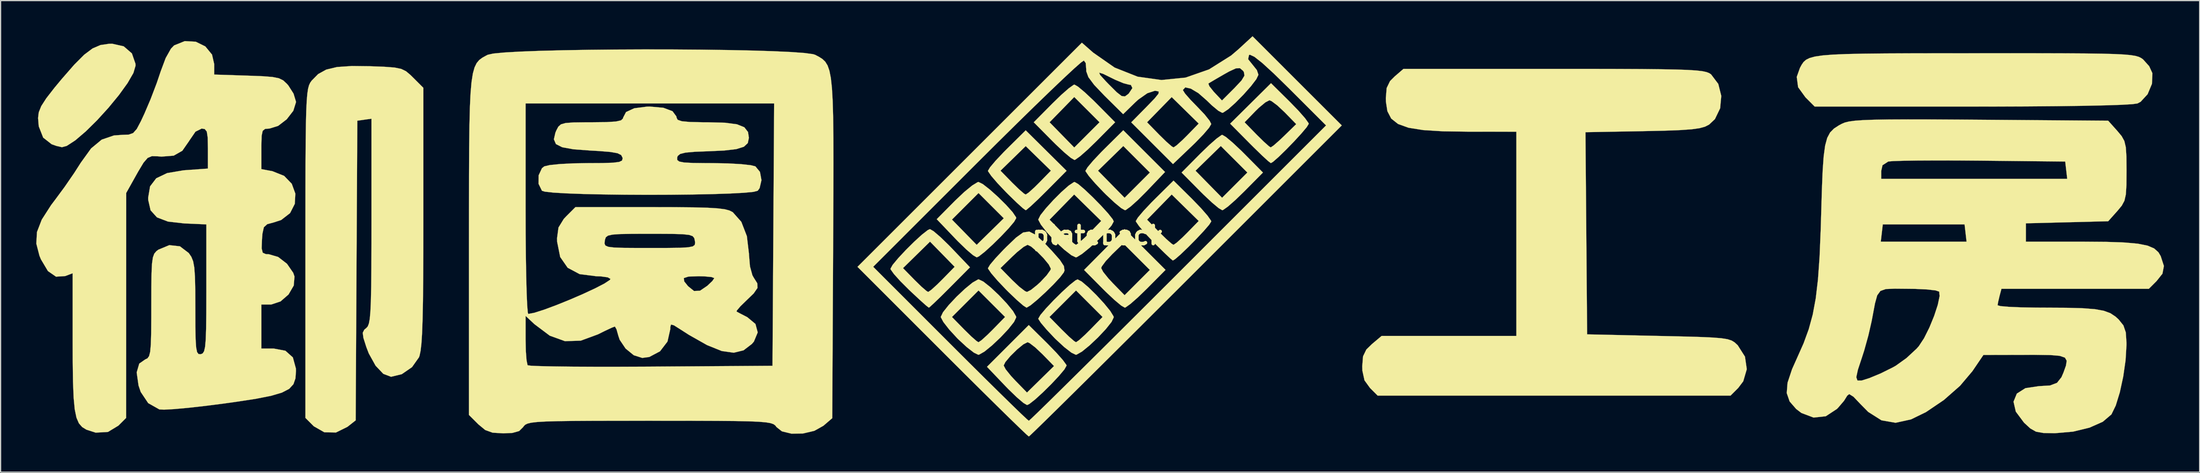
<source format=kicad_pcb>
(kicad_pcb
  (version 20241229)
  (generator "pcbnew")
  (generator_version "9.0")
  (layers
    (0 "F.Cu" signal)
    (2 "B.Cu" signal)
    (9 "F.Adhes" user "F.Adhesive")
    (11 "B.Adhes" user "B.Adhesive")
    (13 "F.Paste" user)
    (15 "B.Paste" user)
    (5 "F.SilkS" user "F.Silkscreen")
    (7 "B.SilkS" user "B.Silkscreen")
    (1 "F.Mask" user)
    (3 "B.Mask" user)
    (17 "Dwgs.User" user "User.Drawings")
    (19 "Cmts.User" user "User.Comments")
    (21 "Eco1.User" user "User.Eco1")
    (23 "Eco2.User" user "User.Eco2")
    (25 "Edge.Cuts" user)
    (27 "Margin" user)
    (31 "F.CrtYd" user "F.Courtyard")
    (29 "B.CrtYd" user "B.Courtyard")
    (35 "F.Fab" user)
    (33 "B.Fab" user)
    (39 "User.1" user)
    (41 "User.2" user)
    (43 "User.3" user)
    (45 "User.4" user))
  (footprint "plateback"
    (layer "F.Cu")
    (at 89.317 16.771)
    (property "Reference" "plateback" (at 0 0 0) (layer "F.SilkS") (effects (font (size 1.524 1.524) (thickness 0.3))))
    (attr through_hole)
    (fp_poly (pts (xy 5.678 2.905) (xy 4.104 4.495) (xy 3.353 5.222) (xy 2.723 5.774) (xy 2.318 6.063) (xy 2.249 6.085) (xy 1.945 5.908) (xy 1.381 5.437) (xy 0.661 4.761) (xy 0.397 4.498) (xy -1.175 2.91) (xy -1.019 2.753) (xy 0.265 2.753) (xy 0.436 3.079) (xy 0.877 3.628) (xy 1.249 4.028) (xy 2.233 5.036) (xy 3.295 3.973) (xy 4.358 2.91) (xy 2.127 0.68) (xy 1.196 1.582) (xy 0.653 2.16) (xy 0.317 2.614) (xy 0.265 2.753) (xy -1.019 2.753) (xy 0.532 1.188) (xy 2.239 -0.534) (xy 5.678 2.905)) (stroke (width 0.01) (type solid)) (fill yes) (layer "F.SilkS"))
    (fp_poly (pts (xy -81.961 -15.921) (xy -81.272 -15.326) (xy -80.969 -14.449) (xy -80.963 -14.29) (xy -81.144 -13.676) (xy -81.637 -12.822) (xy -82.362 -11.817) (xy -83.243 -10.746) (xy -84.2 -9.695) (xy -85.155 -8.753) (xy -86.03 -8.005) (xy -86.747 -7.538) (xy -87.153 -7.425) (xy -87.616 -7.531) (xy -88.023 -7.675) (xy -88.735 -8.233) (xy -89.108 -9.184) (xy -89.165 -9.884) (xy -89.107 -10.366) (xy -88.897 -10.888) (xy -88.475 -11.545) (xy -87.786 -12.432) (xy -87.173 -13.17) (xy -86.122 -14.375) (xy -85.288 -15.212) (xy -84.582 -15.742) (xy -83.915 -16.029) (xy -83.197 -16.134) (xy -82.934 -16.14) (xy -81.961 -15.921)) (stroke (width 0.01) (type solid)) (fill yes) (layer "F.SilkS"))
    (fp_poly (pts (xy -1.681 -12.523) (xy -1.117 -12.052) (xy -0.396 -11.375) (xy -0.132 -11.112) (xy 1.439 -9.525) (xy -0.132 -7.937) (xy -0.882 -7.211) (xy -1.511 -6.66) (xy -1.916 -6.372) (xy -1.984 -6.35) (xy -2.288 -6.527) (xy -2.852 -6.998) (xy -3.572 -7.675) (xy -3.836 -7.937) (xy -5.407 -9.525) (xy -4.076 -9.525) (xy -3.038 -8.462) (xy -2.001 -7.4) (xy -0.938 -8.462) (xy 0.125 -9.525) (xy -0.938 -10.588) (xy -2.001 -11.65) (xy -4.076 -9.525) (xy -5.407 -9.525) (xy -3.836 -11.112) (xy -3.087 -11.839) (xy -2.457 -12.39) (xy -2.053 -12.678) (xy -1.984 -12.7) (xy -1.681 -12.523)) (stroke (width 0.01) (type solid)) (fill yes) (layer "F.SilkS"))
    (fp_poly (pts (xy 3.88 -7.095) (xy 5.638 -5.338) (xy 4.101 -3.727) (xy 3.364 -2.989) (xy 2.741 -2.429) (xy 2.336 -2.138) (xy 2.267 -2.117) (xy 1.952 -2.294) (xy 1.382 -2.764) (xy 0.665 -3.436) (xy 0.455 -3.646) (xy -0.249 -4.388) (xy -0.779 -5.004) (xy -1.044 -5.388) (xy -1.058 -5.44) (xy -1.054 -5.446) (xy -0.002 -5.446) (xy 1.116 -4.307) (xy 2.234 -3.168) (xy 4.358 -5.292) (xy 2.125 -7.524) (xy 1.061 -6.485) (xy -0.002 -5.446) (xy -1.054 -5.446) (xy -0.882 -5.736) (xy -0.411 -6.294) (xy 0.265 -7.011) (xy 0.532 -7.279) (xy 2.123 -8.853) (xy 3.88 -7.095)) (stroke (width 0.01) (type solid)) (fill yes) (layer "F.SilkS"))
    (fp_poly (pts (xy 10.755 -8.29) (xy 11.319 -7.818) (xy 12.039 -7.142) (xy 12.303 -6.879) (xy 13.874 -5.292) (xy 12.303 -3.704) (xy 11.553 -2.978) (xy 10.924 -2.426) (xy 10.519 -2.139) (xy 10.451 -2.117) (xy 10.147 -2.294) (xy 9.583 -2.765) (xy 8.863 -3.441) (xy 8.599 -3.704) (xy 7.028 -5.292) (xy 7.181 -5.446) (xy 8.2 -5.446) (xy 10.436 -3.168) (xy 11.498 -4.23) (xy 12.56 -5.292) (xy 11.444 -6.408) (xy 10.327 -7.524) (xy 8.2 -5.446) (xy 7.181 -5.446) (xy 8.599 -6.879) (xy 9.349 -7.605) (xy 9.978 -8.157) (xy 10.383 -8.445) (xy 10.451 -8.467) (xy 10.755 -8.29)) (stroke (width 0.01) (type solid)) (fill yes) (layer "F.SilkS"))
    (fp_poly (pts (xy -9.691 -4.319) (xy -9.104 -3.861) (xy -8.41 -3.238) (xy -7.731 -2.565) (xy -7.187 -1.958) (xy -6.898 -1.532) (xy -6.879 -1.455) (xy -7.06 -1.139) (xy -7.526 -0.587) (xy -8.168 0.091) (xy -8.871 0.783) (xy -9.525 1.378) (xy -10.018 1.765) (xy -10.204 1.852) (xy -10.513 1.672) (xy -11.075 1.192) (xy -11.785 0.504) (xy -12.036 0.244) (xy -13.539 -1.332) (xy -12.287 -1.332) (xy -11.248 -0.268) (xy -10.209 0.796) (xy -7.93 -1.44) (xy -8.992 -2.502) (xy -10.054 -3.564) (xy -12.287 -1.332) (xy -13.539 -1.332) (xy -13.57 -1.363) (xy -12.019 -2.931) (xy -11.255 -3.655) (xy -10.588 -4.202) (xy -10.133 -4.48) (xy -10.053 -4.498) (xy -9.691 -4.319)) (stroke (width 0.01) (type solid)) (fill yes) (layer "F.SilkS"))
    (fp_poly (pts (xy -2.645 -5.439) (xy -4.292 -3.778) (xy -5.042 -3.037) (xy -5.649 -2.466) (xy -6.021 -2.152) (xy -6.086 -2.117) (xy -6.328 -2.292) (xy -6.841 -2.757) (xy -7.526 -3.424) (xy -7.747 -3.646) (xy -8.451 -4.388) (xy -8.981 -5.004) (xy -9.246 -5.388) (xy -9.26 -5.44) (xy -9.256 -5.448) (xy -8.203 -5.448) (xy -7.223 -4.444) (xy -6.646 -3.881) (xy -6.221 -3.516) (xy -6.085 -3.44) (xy -5.828 -3.613) (xy -5.335 -4.059) (xy -4.948 -4.444) (xy -3.967 -5.448) (xy -5.026 -6.482) (xy -6.085 -7.516) (xy -7.144 -6.482) (xy -8.203 -5.448) (xy -9.256 -5.448) (xy -9.084 -5.736) (xy -8.613 -6.294) (xy -7.937 -7.011) (xy -7.673 -7.276) (xy -6.085 -8.848) (xy -2.645 -5.439)) (stroke (width 0.01) (type solid)) (fill yes) (layer "F.SilkS"))
    (fp_poly (pts (xy -4.236 9.125) (xy -3.51 9.874) (xy -2.957 10.499) (xy -2.668 10.897) (xy -2.646 10.964) (xy -2.826 11.285) (xy -3.293 11.842) (xy -3.934 12.525) (xy -4.638 13.22) (xy -5.292 13.817) (xy -5.785 14.202) (xy -5.971 14.287) (xy -6.28 14.107) (xy -6.841 13.627) (xy -7.552 12.939) (xy -7.806 12.677) (xy -9.342 11.066) (xy -9.23 10.955) (xy -7.938 10.955) (xy -7.766 11.282) (xy -7.325 11.83) (xy -6.957 12.227) (xy -5.976 13.232) (xy -4.84 12.117) (xy -3.704 11.002) (xy -4.684 9.999) (xy -5.282 9.434) (xy -5.757 9.07) (xy -5.928 8.996) (xy -6.284 9.175) (xy -6.816 9.614) (xy -7.371 10.16) (xy -7.795 10.666) (xy -7.938 10.955) (xy -9.23 10.955) (xy -7.584 9.309) (xy -5.827 7.551) (xy -4.236 9.125)) (stroke (width 0.01) (type solid)) (fill yes) (layer "F.SilkS"))
    (fp_poly (pts (xy 16.139 -11.245) (xy 16.865 -10.495) (xy 17.417 -9.866) (xy 17.705 -9.461) (xy 17.727 -9.393) (xy 17.553 -9.109) (xy 17.104 -8.576) (xy 16.488 -7.906) (xy 15.813 -7.21) (xy 15.188 -6.602) (xy 14.72 -6.193) (xy 14.537 -6.085) (xy 14.304 -6.261) (xy 13.794 -6.729) (xy 13.099 -7.406) (xy 12.758 -7.746) (xy 11.112 -9.407) (xy 11.229 -9.523) (xy 12.33 -9.523) (xy 13.362 -8.466) (xy 13.95 -7.887) (xy 14.381 -7.503) (xy 14.528 -7.408) (xy 14.777 -7.578) (xy 15.27 -8.012) (xy 15.666 -8.389) (xy 16.67 -9.369) (xy 15.69 -10.373) (xy 15.085 -10.94) (xy 14.599 -11.304) (xy 14.418 -11.377) (xy 14.076 -11.201) (xy 13.537 -10.752) (xy 13.228 -10.45) (xy 12.33 -9.523) (xy 11.229 -9.523) (xy 14.551 -12.816) (xy 16.139 -11.245)) (stroke (width 0.01) (type solid)) (fill yes) (layer "F.SilkS"))
    (fp_poly (pts (xy 7.938 -3.043) (xy 8.664 -2.29) (xy 9.216 -1.656) (xy 9.503 -1.244) (xy 9.525 -1.173) (xy 9.35 -0.897) (xy 8.897 -0.372) (xy 8.276 0.291) (xy 7.594 0.982) (xy 6.962 1.589) (xy 6.487 2.001) (xy 6.295 2.117) (xy 6.079 1.942) (xy 5.587 1.478) (xy 4.913 0.814) (xy 4.688 0.588) (xy 3.984 -0.154) (xy 3.455 -0.771) (xy 3.19 -1.155) (xy 3.175 -1.207) (xy 3.244 -1.323) (xy 4.126 -1.323) (xy 5.159 -0.265) (xy 5.751 0.315) (xy 6.193 0.7) (xy 6.35 0.794) (xy 6.608 0.62) (xy 7.1 0.174) (xy 7.487 -0.21) (xy 8.467 -1.213) (xy 6.195 -3.442) (xy 5.161 -2.382) (xy 4.126 -1.323) (xy 3.244 -1.323) (xy 3.352 -1.503) (xy 3.823 -2.061) (xy 4.498 -2.778) (xy 4.763 -3.043) (xy 6.35 -4.614) (xy 7.938 -3.043)) (stroke (width 0.01) (type solid)) (fill yes) (layer "F.SilkS"))
    (fp_poly (pts (xy -13.829 -0.349) (xy -13.267 0.131) (xy -12.557 0.819) (xy -12.305 1.079) (xy -10.771 2.687) (xy -12.456 4.386) (xy -13.208 5.135) (xy -13.809 5.715) (xy -14.17 6.043) (xy -14.233 6.085) (xy -14.454 5.916) (xy -14.959 5.465) (xy -15.653 4.819) (xy -15.895 4.59) (xy -16.622 3.864) (xy -17.17 3.255) (xy -17.446 2.868) (xy -17.462 2.812) (xy -17.432 2.756) (xy -16.404 2.756) (xy -15.424 3.759) (xy -14.848 4.322) (xy -14.422 4.686) (xy -14.287 4.763) (xy -14.031 4.588) (xy -13.536 4.139) (xy -13.097 3.704) (xy -12.063 2.646) (xy -13.098 1.586) (xy -14.133 0.527) (xy -15.268 1.641) (xy -16.404 2.756) (xy -17.432 2.756) (xy -17.282 2.485) (xy -16.816 1.923) (xy -16.175 1.236) (xy -15.471 0.537) (xy -14.817 -0.061) (xy -14.323 -0.446) (xy -14.138 -0.529) (xy -13.829 -0.349)) (stroke (width 0.01) (type solid)) (fill yes) (layer "F.SilkS"))
    (fp_poly (pts (xy -1.368 3.891) (xy -0.803 4.372) (xy -0.138 5.025) (xy 0.511 5.731) (xy 1.031 6.368) (xy 1.305 6.816) (xy 1.323 6.897) (xy 1.136 7.29) (xy 0.655 7.894) (xy 0.001 8.59) (xy -0.708 9.26) (xy -1.35 9.784) (xy -1.805 10.044) (xy -1.869 10.054) (xy -2.239 9.876) (xy -2.844 9.406) (xy -3.562 8.742) (xy -3.647 8.657) (xy -4.316 7.948) (xy -4.806 7.369) (xy -5.024 7.032) (xy -5.027 7.011) (xy -4.946 6.871) (xy -4.085 6.871) (xy -3.047 7.933) (xy -2.454 8.514) (xy -2.01 8.9) (xy -1.852 8.996) (xy -1.596 8.822) (xy -1.1 8.372) (xy -0.657 7.933) (xy 0.38 6.871) (xy -1.852 4.638) (xy -4.085 6.871) (xy -4.946 6.871) (xy -4.847 6.699) (xy -4.383 6.149) (xy -3.744 5.472) (xy -3.044 4.779) (xy -2.394 4.182) (xy -1.905 3.793) (xy -1.719 3.704) (xy -1.368 3.891)) (stroke (width 0.01) (type solid)) (fill yes) (layer "F.SilkS"))
    (fp_poly (pts (xy -9.644 3.891) (xy -9.04 4.372) (xy -8.343 5.026) (xy -7.674 5.735) (xy -7.149 6.377) (xy -6.889 6.832) (xy -6.879 6.897) (xy -7.066 7.29) (xy -7.547 7.894) (xy -8.201 8.59) (xy -8.91 9.26) (xy -9.552 9.784) (xy -10.007 10.044) (xy -10.072 10.054) (xy -10.441 9.876) (xy -11.046 9.406) (xy -11.764 8.742) (xy -11.849 8.657) (xy -12.521 7.925) (xy -13.013 7.294) (xy -13.227 6.888) (xy -13.228 6.871) (xy -12.287 6.871) (xy -11.249 7.933) (xy -10.656 8.514) (xy -10.212 8.9) (xy -10.054 8.996) (xy -9.798 8.822) (xy -9.302 8.372) (xy -8.859 7.933) (xy -7.822 6.871) (xy -10.054 4.638) (xy -11.17 5.754) (xy -12.287 6.871) (xy -13.228 6.871) (xy -13.229 6.862) (xy -13.042 6.469) (xy -12.561 5.865) (xy -11.907 5.168) (xy -11.199 4.499) (xy -10.557 3.974) (xy -10.101 3.714) (xy -10.037 3.704) (xy -9.644 3.891)) (stroke (width 0.01) (type solid)) (fill yes) (layer "F.SilkS"))
    (fp_poly (pts (xy -1.658 -4.317) (xy -1.111 -3.851) (xy -0.437 -3.209) (xy 0.252 -2.506) (xy 0.846 -1.853) (xy 1.234 -1.361) (xy 1.323 -1.174) (xy 1.136 -0.829) (xy 0.656 -0.269) (xy 0.002 0.391) (xy -0.703 1.038) (xy -1.34 1.557) (xy -1.787 1.834) (xy -1.869 1.852) (xy -2.239 1.674) (xy -2.844 1.204) (xy -3.562 0.54) (xy -3.647 0.455) (xy -4.319 -0.277) (xy -4.81 -0.908) (xy -5.025 -1.314) (xy -5.025 -1.323) (xy -4.076 -1.323) (xy -3.043 -0.265) (xy -2.451 0.315) (xy -2.009 0.7) (xy -1.852 0.794) (xy -1.594 0.62) (xy -1.102 0.174) (xy -0.715 -0.21) (xy 0.264 -1.213) (xy -0.871 -2.327) (xy -2.007 -3.442) (xy -3.042 -2.382) (xy -4.076 -1.323) (xy -5.025 -1.323) (xy -5.027 -1.34) (xy -4.848 -1.701) (xy -4.386 -2.286) (xy -3.759 -2.976) (xy -3.083 -3.652) (xy -2.472 -4.193) (xy -2.044 -4.479) (xy -1.968 -4.498) (xy -1.658 -4.317)) (stroke (width 0.01) (type solid)) (fill yes) (layer "F.SilkS"))
    (fp_poly (pts (xy 79.281 -15.337) (xy 81.381 -15.331) (xy 83.087 -15.32) (xy 84.443 -15.301) (xy 85.494 -15.272) (xy 86.285 -15.233) (xy 86.862 -15.181) (xy 87.268 -15.115) (xy 87.548 -15.034) (xy 87.748 -14.935) (xy 87.906 -14.823) (xy 88.424 -14.246) (xy 88.695 -13.654) (xy 88.656 -12.76) (xy 88.291 -11.888) (xy 87.702 -11.249) (xy 87.439 -11.11) (xy 87.011 -11.049) (xy 86.085 -10.995) (xy 84.693 -10.949) (xy 82.868 -10.91) (xy 80.64 -10.88) (xy 78.043 -10.86) (xy 75.106 -10.849) (xy 73.517 -10.848) (xy 60.284 -10.848) (xy 59.511 -11.621) (xy 58.889 -12.479) (xy 58.775 -13.345) (xy 59.045 -14.106) (xy 59.191 -14.375) (xy 59.347 -14.601) (xy 59.557 -14.788) (xy 59.865 -14.94) (xy 60.315 -15.061) (xy 60.95 -15.154) (xy 61.816 -15.223) (xy 62.954 -15.271) (xy 64.41 -15.303) (xy 66.228 -15.322) (xy 68.45 -15.332) (xy 71.121 -15.336) (xy 73.717 -15.337) (xy 76.741 -15.339) (xy 79.281 -15.337)) (stroke (width 0.01) (type solid)) (fill yes) (layer "F.SilkS"))
    (fp_poly (pts (xy -5.244 -0.046) (xy -4.544 0.603) (xy -3.882 1.302) (xy -3.208 2.066) (xy -2.872 2.581) (xy -2.818 2.953) (xy -2.88 3.119) (xy -3.194 3.533) (xy -3.748 4.129) (xy -4.424 4.794) (xy -5.104 5.416) (xy -5.67 5.884) (xy -6.003 6.084) (xy -6.016 6.085) (xy -6.292 5.909) (xy -6.831 5.442) (xy -7.531 4.773) (xy -7.747 4.556) (xy -8.451 3.815) (xy -8.981 3.198) (xy -9.246 2.814) (xy -9.26 2.762) (xy -9.256 2.754) (xy -8.203 2.754) (xy -7.223 3.758) (xy -6.624 4.324) (xy -6.15 4.688) (xy -5.978 4.763) (xy -5.644 4.592) (xy -5.105 4.161) (xy -4.841 3.917) (xy -4.318 3.356) (xy -4.006 2.919) (xy -3.969 2.805) (xy -4.148 2.448) (xy -4.586 1.915) (xy -5.133 1.36) (xy -5.639 0.936) (xy -5.928 0.794) (xy -6.255 0.966) (xy -6.803 1.406) (xy -7.199 1.774) (xy -8.203 2.754) (xy -9.256 2.754) (xy -9.084 2.465) (xy -8.614 1.907) (xy -7.941 1.194) (xy -7.705 0.958) (xy -6.902 0.188) (xy -6.303 -0.243) (xy -5.791 -0.325) (xy -5.244 -0.046)) (stroke (width 0.01) (type solid)) (fill yes) (layer "F.SilkS"))
    (fp_poly (pts (xy 41.281 -14.022) (xy 43.728 -14.017) (xy 45.738 -14.008) (xy 47.356 -13.991) (xy 48.629 -13.967) (xy 49.602 -13.933) (xy 50.32 -13.887) (xy 50.831 -13.828) (xy 51.179 -13.754) (xy 51.41 -13.665) (xy 51.568 -13.56) (xy 52.176 -12.754) (xy 52.428 -11.746) (xy 52.332 -10.702) (xy 51.893 -9.79) (xy 51.401 -9.328) (xy 51.067 -9.157) (xy 50.606 -9.028) (xy 49.937 -8.934) (xy 48.981 -8.866) (xy 47.657 -8.816) (xy 45.885 -8.777) (xy 45.848 -8.776) (xy 41.003 -8.689) (xy 41.143 8.334) (xy 47.157 8.467) (xy 49.089 8.51) (xy 50.563 8.551) (xy 51.651 8.598) (xy 52.422 8.658) (xy 52.948 8.741) (xy 53.3 8.855) (xy 53.549 9.008) (xy 53.766 9.209) (xy 53.817 9.26) (xy 54.421 10.21) (xy 54.574 11.266) (xy 54.276 12.286) (xy 53.855 12.844) (xy 53.205 13.494) (xy 23.524 13.494) (xy 22.874 12.844) (xy 22.414 12.207) (xy 22.236 11.394) (xy 22.225 11.016) (xy 22.292 10.183) (xy 22.568 9.612) (xy 23.039 9.152) (xy 23.853 8.467) (xy 35.19 8.467) (xy 35.19 -8.731) (xy 31.155 -8.733) (xy 29.022 -8.763) (xy 27.361 -8.866) (xy 26.117 -9.064) (xy 25.236 -9.381) (xy 24.661 -9.837) (xy 24.34 -10.456) (xy 24.216 -11.259) (xy 24.209 -11.56) (xy 24.28 -12.411) (xy 24.561 -12.992) (xy 24.952 -13.384) (xy 25.694 -14.023) (xy 38.35 -14.023) (xy 41.281 -14.022)) (stroke (width 0.01) (type solid)) (fill yes) (layer "F.SilkS"))
    (fp_poly (pts (xy -61.274 -14.246) (xy -60.025 -14.199) (xy -59.182 -14.135) (xy -58.62 -14.021) (xy -58.215 -13.824) (xy -57.844 -13.513) (xy -57.618 -13.29) (xy -56.753 -12.425) (xy -56.753 -1.516) (xy -56.756 1.308) (xy -56.767 3.649) (xy -56.787 5.553) (xy -56.818 7.066) (xy -56.86 8.234) (xy -56.915 9.102) (xy -56.986 9.718) (xy -57.072 10.126) (xy -57.121 10.265) (xy -57.707 11.094) (xy -58.569 11.688) (xy -59.472 11.906) (xy -60.123 11.659) (xy -60.772 10.975) (xy -61.344 9.944) (xy -61.553 9.402) (xy -61.797 8.634) (xy -61.854 8.2) (xy -61.725 7.942) (xy -61.555 7.801) (xy -61.434 7.668) (xy -61.338 7.428) (xy -61.263 7.027) (xy -61.208 6.411) (xy -61.168 5.524) (xy -61.142 4.312) (xy -61.127 2.722) (xy -61.12 0.699) (xy -61.119 -1.172) (xy -61.119 -9.826) (xy -61.714 -9.742) (xy -62.309 -9.657) (xy -62.378 2.959) (xy -62.447 15.576) (xy -63.141 16.122) (xy -64.105 16.598) (xy -65.083 16.581) (xy -65.967 16.076) (xy -66.026 16.019) (xy -66.675 15.37) (xy -66.675 1.503) (xy -66.674 -1.563) (xy -66.671 -4.143) (xy -66.665 -6.283) (xy -66.652 -8.027) (xy -66.633 -9.418) (xy -66.605 -10.501) (xy -66.566 -11.321) (xy -66.516 -11.921) (xy -66.453 -12.346) (xy -66.374 -12.64) (xy -66.279 -12.847) (xy -66.165 -13.012) (xy -66.155 -13.025) (xy -65.605 -13.584) (xy -64.926 -13.96) (xy -64.016 -14.178) (xy -62.776 -14.263) (xy -61.274 -14.246)) (stroke (width 0.01) (type solid)) (fill yes) (layer "F.SilkS"))
    (fp_poly (pts (xy -36.564 -10.746) (xy -35.795 -10.457) (xy -35.463 -10.009) (xy -35.454 -9.913) (xy -35.36 -9.731) (xy -35.019 -9.614) (xy -34.347 -9.55) (xy -33.258 -9.526) (xy -32.827 -9.525) (xy -31.373 -9.487) (xy -30.373 -9.356) (xy -29.753 -9.104) (xy -29.443 -8.705) (xy -29.369 -8.216) (xy -29.462 -7.773) (xy -29.791 -7.464) (xy -30.432 -7.263) (xy -31.461 -7.144) (xy -32.688 -7.088) (xy -33.908 -7.04) (xy -34.696 -6.971) (xy -35.146 -6.86) (xy -35.355 -6.69) (xy -35.404 -6.548) (xy -35.397 -6.35) (xy -35.229 -6.218) (xy -34.815 -6.138) (xy -34.07 -6.099) (xy -32.909 -6.086) (xy -32.413 -6.085) (xy -31.144 -6.063) (xy -30.034 -6.001) (xy -29.21 -5.91) (xy -28.822 -5.812) (xy -28.437 -5.345) (xy -28.311 -4.651) (xy -28.467 -3.979) (xy -28.628 -3.757) (xy -28.978 -3.665) (xy -29.781 -3.588) (xy -30.96 -3.525) (xy -32.437 -3.476) (xy -34.137 -3.442) (xy -35.982 -3.422) (xy -37.897 -3.416) (xy -39.803 -3.425) (xy -41.625 -3.448) (xy -43.287 -3.485) (xy -44.71 -3.537) (xy -45.819 -3.602) (xy -46.537 -3.683) (xy -46.778 -3.757) (xy -47.064 -4.343) (xy -47.057 -5.058) (xy -46.781 -5.653) (xy -46.584 -5.812) (xy -46.124 -5.921) (xy -45.263 -6.009) (xy -44.129 -6.067) (xy -42.993 -6.085) (xy -41.674 -6.092) (xy -40.799 -6.121) (xy -40.284 -6.186) (xy -40.043 -6.299) (xy -39.991 -6.474) (xy -40.002 -6.548) (xy -40.116 -6.768) (xy -40.424 -6.92) (xy -41.021 -7.025) (xy -42.001 -7.105) (xy -42.705 -7.144) (xy -44.124 -7.249) (xy -45.07 -7.42) (xy -45.602 -7.688) (xy -45.775 -8.089) (xy -45.646 -8.654) (xy -45.566 -8.843) (xy -45.402 -9.153) (xy -45.181 -9.351) (xy -44.793 -9.462) (xy -44.13 -9.512) (xy -43.085 -9.525) (xy -42.604 -9.525) (xy -41.363 -9.539) (xy -40.566 -9.588) (xy -40.127 -9.686) (xy -39.961 -9.845) (xy -39.952 -9.913) (xy -39.706 -10.386) (xy -39.012 -10.706) (xy -37.935 -10.844) (xy -37.703 -10.848) (xy -36.564 -10.746)) (stroke (width 0.01) (type solid)) (fill yes) (layer "F.SilkS"))
    (fp_poly (pts (xy 16.75 -13.013) (xy 20.503 -9.26) (xy 7.408 3.837) (xy 5.229 6.014) (xy 3.16 8.079) (xy 1.23 10) (xy -0.529 11.748) (xy -2.088 13.292) (xy -3.416 14.604) (xy -4.483 15.652) (xy -5.258 16.407) (xy -5.711 16.839) (xy -5.822 16.933) (xy -6.033 16.753) (xy -6.575 16.237) (xy -7.408 15.429) (xy -8.49 14.367) (xy -9.78 13.093) (xy -11.236 11.647) (xy -12.817 10.07) (xy -13.096 9.791) (xy -20.235 2.648) (xy -20.232 2.645) (xy -18.914 2.645) (xy -12.436 9.128) (xy -10.916 10.645) (xy -9.515 12.036) (xy -8.276 13.258) (xy -7.244 14.269) (xy -6.462 15.026) (xy -5.973 15.485) (xy -5.822 15.61) (xy -5.617 15.428) (xy -5.069 14.902) (xy -4.209 14.063) (xy -3.07 12.941) (xy -1.681 11.568) (xy -0.074 9.975) (xy 1.72 8.191) (xy 3.67 6.248) (xy 5.745 4.177) (xy 6.747 3.175) (xy 19.18 -9.26) (xy 16.078 -12.362) (xy 14.783 -13.63) (xy 13.815 -14.517) (xy 13.154 -15.038) (xy 12.778 -15.213) (xy 12.7 -15.187) (xy 12.626 -14.837) (xy 12.958 -14.425) (xy 13.361 -13.92) (xy 13.494 -13.527) (xy 13.316 -13.153) (xy 12.858 -12.554) (xy 12.235 -11.852) (xy 11.561 -11.168) (xy 10.952 -10.622) (xy 10.523 -10.336) (xy 10.448 -10.319) (xy 10.118 -10.495) (xy 9.57 -10.95) (xy 9.128 -11.377) (xy 8.438 -11.98) (xy 7.807 -12.356) (xy 7.341 -12.463) (xy 7.145 -12.253) (xy 7.144 -12.226) (xy 7.319 -11.945) (xy 7.776 -11.421) (xy 8.334 -10.848) (xy 8.957 -10.193) (xy 9.387 -9.653) (xy 9.525 -9.378) (xy 9.345 -9.068) (xy 8.865 -8.505) (xy 8.176 -7.794) (xy 7.914 -7.54) (xy 6.304 -6.004) (xy 4.547 -7.761) (xy 2.791 -9.517) (xy 2.798 -9.525) (xy 4.126 -9.525) (xy 5.159 -8.467) (xy 5.751 -7.887) (xy 6.193 -7.502) (xy 6.35 -7.408) (xy 6.608 -7.582) (xy 7.1 -8.028) (xy 7.487 -8.412) (xy 8.467 -9.415) (xy 7.331 -10.53) (xy 6.195 -11.644) (xy 5.161 -10.585) (xy 4.126 -9.525) (xy 2.798 -9.525) (xy 4.097 -10.844) (xy 4.761 -11.532) (xy 5.083 -11.931) (xy 5.104 -12.117) (xy 4.864 -12.169) (xy 4.764 -12.171) (xy 4.15 -11.971) (xy 3.389 -11.437) (xy 3.118 -11.189) (xy 2.112 -10.207) (xy 0.526 -11.777) (xy -0.324 -12.67) (xy -0.812 -13.324) (xy -0.95 -13.704) (xy 0.096 -13.704) (xy 0.177 -13.505) (xy 0.657 -12.977) (xy 0.926 -12.7) (xy 1.577 -12.052) (xy 1.983 -11.736) (xy 2.26 -11.701) (xy 2.528 -11.895) (xy 2.593 -11.959) (xy 2.889 -12.406) (xy 2.763 -12.668) (xy 2.569 -12.7) (xy 2.248 -12.784) (xy 9.281 -12.784) (xy 9.367 -12.558) (xy 9.72 -12.114) (xy 9.798 -12.029) (xy 10.427 -11.36) (xy 11.477 -12.411) (xy 12.068 -13.042) (xy 12.314 -13.449) (xy 12.273 -13.75) (xy 12.189 -13.869) (xy 11.939 -14.078) (xy 11.607 -14.068) (xy 11.049 -13.813) (xy 10.621 -13.574) (xy 9.915 -13.165) (xy 9.419 -12.872) (xy 9.281 -12.784) (xy 2.248 -12.784) (xy 2.136 -12.814) (xy 1.458 -13.098) (xy 1.191 -13.229) (xy 0.429 -13.603) (xy 0.096 -13.704) (xy -0.95 -13.704) (xy -0.993 -13.822) (xy -0.993 -13.988) (xy -1.037 -14.512) (xy -1.192 -14.723) (xy -1.427 -14.561) (xy -1.997 -14.059) (xy -2.863 -13.254) (xy -3.988 -12.182) (xy -5.334 -10.88) (xy -6.862 -9.384) (xy -8.536 -7.73) (xy -10.186 -6.086) (xy -18.914 2.645) (xy -20.232 2.645) (xy -1.36 -16.227) (xy -0.408 -15.391) (xy 1.392 -14.134) (xy 3.329 -13.365) (xy 5.341 -13.084) (xy 7.364 -13.288) (xy 9.337 -13.977) (xy 11.197 -15.148) (xy 11.817 -15.678) (xy 12.997 -16.766) (xy 16.75 -13.013)) (stroke (width 0.01) (type solid)) (fill yes) (layer "F.SilkS"))
    (fp_poly (pts (xy 70.091 -9.765) (xy 72.522 -9.751) (xy 74.171 -9.739) (xy 84.975 -9.657) (xy 85.747 -8.793) (xy 86.108 -8.359) (xy 86.334 -7.948) (xy 86.457 -7.423) (xy 86.508 -6.648) (xy 86.519 -5.487) (xy 86.519 -5.424) (xy 86.509 -4.242) (xy 86.461 -3.453) (xy 86.342 -2.92) (xy 86.12 -2.506) (xy 85.766 -2.076) (xy 85.747 -2.055) (xy 84.976 -1.191) (xy 81.514 -1.103) (xy 78.052 -1.016) (xy 78.052 0.529) (xy 82.775 0.529) (xy 84.779 0.544) (xy 86.321 0.596) (xy 87.467 0.698) (xy 88.286 0.862) (xy 88.842 1.1) (xy 89.203 1.424) (xy 89.393 1.745) (xy 89.662 2.577) (xy 89.54 3.225) (xy 89.044 3.848) (xy 88.395 4.498) (xy 75.997 4.498) (xy 75.838 5.093) (xy 75.71 5.642) (xy 75.674 5.887) (xy 75.922 5.956) (xy 76.608 6.015) (xy 77.639 6.059) (xy 78.924 6.082) (xy 79.607 6.085) (xy 81.444 6.095) (xy 82.835 6.133) (xy 83.862 6.213) (xy 84.608 6.348) (xy 85.154 6.55) (xy 85.584 6.833) (xy 85.854 7.08) (xy 86.256 7.58) (xy 86.455 8.166) (xy 86.514 9.04) (xy 86.514 9.23) (xy 86.438 10.511) (xy 86.24 11.891) (xy 85.954 13.214) (xy 85.613 14.324) (xy 85.252 15.066) (xy 85.241 15.081) (xy 84.518 15.695) (xy 83.4 16.191) (xy 82.018 16.526) (xy 80.5 16.657) (xy 80.473 16.657) (xy 79.522 16.64) (xy 78.903 16.529) (xy 78.419 16.254) (xy 77.893 15.769) (xy 77.203 14.842) (xy 77.01 14.004) (xy 77.289 13.322) (xy 78.012 12.863) (xy 79.131 12.696) (xy 80.083 12.638) (xy 80.668 12.416) (xy 81.041 11.945) (xy 81.211 11.553) (xy 81.421 10.966) (xy 81.485 10.557) (xy 81.335 10.294) (xy 80.901 10.144) (xy 80.115 10.077) (xy 78.909 10.06) (xy 77.986 10.061) (xy 74.48 10.068) (xy 73.554 11.433) (xy 72.514 12.665) (xy 71.149 13.864) (xy 69.648 14.88) (xy 68.387 15.495) (xy 67.09 15.779) (xy 65.906 15.574) (xy 64.785 14.864) (xy 64.144 14.215) (xy 63.549 13.588) (xy 63.193 13.365) (xy 63.027 13.491) (xy 62.754 13.929) (xy 62.264 14.504) (xy 62.154 14.616) (xy 61.219 15.23) (xy 60.195 15.342) (xy 59.165 14.953) (xy 58.726 14.618) (xy 58.176 13.985) (xy 57.934 13.28) (xy 58.001 12.406) (xy 58.156 11.941) (xy 63.784 11.941) (xy 63.882 12.219) (xy 64.24 12.22) (xy 64.88 12.018) (xy 65.839 11.621) (xy 66.855 11.116) (xy 67.11 10.972) (xy 68.004 10.331) (xy 68.855 9.541) (xy 69.045 9.327) (xy 69.483 8.66) (xy 69.931 7.763) (xy 70.334 6.778) (xy 70.639 5.847) (xy 70.793 5.111) (xy 70.76 4.736) (xy 70.448 4.633) (xy 69.731 4.552) (xy 68.734 4.505) (xy 68.12 4.498) (xy 67.006 4.488) (xy 66.271 4.518) (xy 65.817 4.676) (xy 65.545 5.049) (xy 65.358 5.727) (xy 65.157 6.797) (xy 65.072 7.243) (xy 64.8 8.433) (xy 64.448 9.702) (xy 64.268 10.261) (xy 63.921 11.312) (xy 63.784 11.941) (xy 58.156 11.941) (xy 58.38 11.266) (xy 58.806 10.312) (xy 59.351 9.086) (xy 59.784 7.9) (xy 60.12 6.668) (xy 60.374 5.3) (xy 60.561 3.708) (xy 60.696 1.804) (xy 60.749 0.529) (xy 65.846 0.529) (xy 73.06 0.529) (xy 72.893 -0.926) (xy 66.014 -0.926) (xy 65.846 0.529) (xy 60.749 0.529) (xy 60.792 -0.499) (xy 60.828 -1.72) (xy 60.889 -3.806) (xy 60.954 -5.419) (xy 65.881 -5.419) (xy 65.881 -4.762) (xy 81.527 -4.762) (xy 81.443 -5.49) (xy 81.359 -6.218) (xy 74.216 -6.292) (xy 72.295 -6.306) (xy 70.525 -6.309) (xy 68.983 -6.302) (xy 67.742 -6.284) (xy 66.881 -6.256) (xy 66.477 -6.221) (xy 65.991 -5.908) (xy 65.881 -5.419) (xy 60.954 -5.419) (xy 60.954 -5.432) (xy 61.041 -6.662) (xy 61.164 -7.567) (xy 61.339 -8.212) (xy 61.58 -8.665) (xy 61.903 -8.994) (xy 62.324 -9.267) (xy 62.565 -9.397) (xy 62.817 -9.503) (xy 63.165 -9.589) (xy 63.659 -9.656) (xy 64.35 -9.706) (xy 65.288 -9.741) (xy 66.524 -9.761) (xy 68.108 -9.768) (xy 70.091 -9.765)) (stroke (width 0.01) (type solid)) (fill yes) (layer "F.SilkS"))
    (fp_poly (pts (xy -75.903 -16.31) (xy -75.094 -15.911) (xy -74.531 -15.225) (xy -74.348 -14.425) (xy -74.348 -13.542) (xy -71.546 -13.452) (xy -70.292 -13.404) (xy -69.45 -13.34) (xy -68.904 -13.23) (xy -68.536 -13.047) (xy -68.232 -12.762) (xy -68.107 -12.619) (xy -67.674 -11.939) (xy -67.471 -11.269) (xy -67.469 -11.21) (xy -67.692 -10.494) (xy -68.248 -9.775) (xy -68.971 -9.22) (xy -69.692 -8.996) (xy -69.697 -8.996) (xy -70.065 -8.968) (xy -70.269 -8.804) (xy -70.357 -8.383) (xy -70.379 -7.586) (xy -70.379 -7.288) (xy -70.379 -5.58) (xy -69.448 -5.406) (xy -68.465 -5.012) (xy -67.822 -4.344) (xy -67.522 -3.519) (xy -67.568 -2.657) (xy -67.965 -1.876) (xy -68.714 -1.295) (xy -69.327 -1.094) (xy -69.888 -0.943) (xy -70.171 -0.683) (xy -70.289 -0.149) (xy -70.328 0.34) (xy -70.355 1.095) (xy -70.265 1.461) (xy -69.995 1.579) (xy -69.747 1.588) (xy -68.97 1.815) (xy -68.226 2.389) (xy -67.7 3.151) (xy -67.593 3.464) (xy -67.657 4.224) (xy -68.094 4.976) (xy -68.767 5.56) (xy -69.541 5.819) (xy -69.609 5.821) (xy -70.379 5.821) (xy -70.379 9.525) (xy -69.362 9.525) (xy -68.359 9.713) (xy -67.73 10.275) (xy -67.475 11.211) (xy -67.469 11.418) (xy -67.512 12.039) (xy -67.682 12.531) (xy -68.041 12.922) (xy -68.652 13.24) (xy -69.575 13.512) (xy -70.873 13.767) (xy -72.608 14.031) (xy -73.558 14.163) (xy -75.134 14.364) (xy -76.558 14.523) (xy -77.734 14.629) (xy -78.569 14.675) (xy -78.96 14.656) (xy -79.901 14.125) (xy -80.53 13.185) (xy -80.713 12.645) (xy -80.87 11.539) (xy -80.653 10.795) (xy -80.155 10.447) (xy -79.964 10.355) (xy -79.827 10.166) (xy -79.735 9.804) (xy -79.679 9.19) (xy -79.651 8.246) (xy -79.641 6.894) (xy -79.64 5.95) (xy -79.636 4.342) (xy -79.62 3.18) (xy -79.581 2.381) (xy -79.508 1.862) (xy -79.391 1.541) (xy -79.219 1.334) (xy -79.052 1.206) (xy -78.127 0.821) (xy -77.233 0.919) (xy -76.488 1.486) (xy -76.484 1.491) (xy -76.27 1.805) (xy -76.12 2.178) (xy -76.023 2.703) (xy -75.967 3.473) (xy -75.941 4.584) (xy -75.935 6.13) (xy -75.935 6.14) (xy -75.931 7.665) (xy -75.911 8.737) (xy -75.867 9.431) (xy -75.789 9.823) (xy -75.668 9.991) (xy -75.496 10.008) (xy -75.472 10.004) (xy -75.316 9.935) (xy -75.199 9.752) (xy -75.116 9.386) (xy -75.061 8.771) (xy -75.029 7.838) (xy -75.014 6.52) (xy -75.009 4.749) (xy -75.009 4.494) (xy -75.009 -0.926) (xy -76.859 -1.006) (xy -78.236 -1.162) (xy -79.164 -1.517) (xy -79.7 -2.111) (xy -79.9 -2.984) (xy -79.904 -3.175) (xy -79.743 -4.129) (xy -79.226 -4.808) (xy -78.309 -5.246) (xy -76.942 -5.478) (xy -76.742 -5.494) (xy -74.877 -5.627) (xy -74.877 -7.312) (xy -74.895 -8.231) (xy -74.971 -8.74) (xy -75.144 -8.955) (xy -75.401 -8.996) (xy -75.922 -8.735) (xy -76.449 -7.967) (xy -76.462 -7.942) (xy -77.028 -7.127) (xy -77.757 -6.713) (xy -78.783 -6.633) (xy -79.115 -6.66) (xy -79.589 -6.672) (xy -79.943 -6.526) (xy -80.29 -6.126) (xy -80.742 -5.373) (xy -80.862 -5.159) (xy -81.75 -3.572) (xy -81.756 15.37) (xy -82.406 16.019) (xy -83.283 16.55) (xy -84.32 16.611) (xy -85.1 16.359) (xy -85.455 16.14) (xy -85.73 15.826) (xy -85.935 15.352) (xy -86.079 14.654) (xy -86.173 13.668) (xy -86.227 12.329) (xy -86.25 10.573) (xy -86.254 8.99) (xy -86.254 3.188) (xy -86.884 3.427) (xy -87.655 3.477) (xy -88.336 3.005) (xy -88.926 2.014) (xy -89.05 1.712) (xy -89.312 0.692) (xy -89.258 -0.284) (xy -88.855 -1.327) (xy -88.074 -2.545) (xy -87.714 -3.023) (xy -86.929 -4.086) (xy -86.114 -5.272) (xy -85.57 -6.123) (xy -84.706 -7.322) (xy -83.811 -8.064) (xy -82.783 -8.415) (xy -82.073 -8.467) (xy -81.536 -8.487) (xy -81.168 -8.618) (xy -80.863 -8.96) (xy -80.515 -9.617) (xy -80.219 -10.253) (xy -79.697 -11.477) (xy -79.18 -12.835) (xy -78.849 -13.815) (xy -78.431 -14.933) (xy -77.986 -15.724) (xy -77.721 -15.998) (xy -76.823 -16.36) (xy -75.903 -16.31)) (stroke (width 0.01) (type solid)) (fill yes) (layer "F.SilkS"))
    (fp_poly (pts (xy -35.795 -15.657) (xy -33.452 -15.64) (xy -31.221 -15.61) (xy -29.165 -15.568) (xy -27.349 -15.511) (xy -25.837 -15.442) (xy -24.693 -15.359) (xy -23.981 -15.263) (xy -23.804 -15.209) (xy -23.469 -15.034) (xy -23.184 -14.853) (xy -22.946 -14.626) (xy -22.751 -14.311) (xy -22.595 -13.864) (xy -22.474 -13.245) (xy -22.384 -12.411) (xy -22.321 -11.32) (xy -22.281 -9.93) (xy -22.261 -8.199) (xy -22.256 -6.085) (xy -22.262 -3.547) (xy -22.276 -0.541) (xy -22.284 1.081) (xy -22.357 15.392) (xy -23.1 16.03) (xy -23.862 16.457) (xy -24.813 16.681) (xy -25.779 16.698) (xy -26.591 16.502) (xy -27.049 16.14) (xy -27.148 16.006) (xy -27.297 15.897) (xy -27.545 15.81) (xy -27.943 15.743) (xy -28.542 15.692) (xy -29.392 15.657) (xy -30.543 15.633) (xy -32.046 15.62) (xy -33.952 15.613) (xy -36.31 15.611) (xy -37.703 15.61) (xy -40.312 15.611) (xy -42.442 15.615) (xy -44.144 15.625) (xy -45.469 15.644) (xy -46.466 15.673) (xy -47.186 15.715) (xy -47.68 15.773) (xy -47.999 15.85) (xy -48.192 15.947) (xy -48.31 16.068) (xy -48.357 16.14) (xy -48.696 16.476) (xy -49.266 16.635) (xy -50.029 16.669) (xy -50.929 16.614) (xy -51.549 16.39) (xy -52.13 15.909) (xy -52.143 15.895) (xy -52.917 15.122) (xy -52.917 0.933) (xy -52.916 -2.296) (xy -52.913 -5.038) (xy -52.902 -7.336) (xy -52.879 -9.231) (xy -52.841 -10.766) (xy -52.824 -11.112) (xy -48.154 -11.112) (xy -48.154 -2.249) (xy -48.148 -0.143) (xy -48.13 1.784) (xy -48.101 3.471) (xy -48.064 4.856) (xy -48.02 5.88) (xy -47.97 6.479) (xy -47.931 6.615) (xy -47.418 6.516) (xy -46.591 6.252) (xy -45.557 5.867) (xy -44.425 5.409) (xy -43.303 4.923) (xy -42.298 4.455) (xy -41.519 4.051) (xy -41.074 3.758) (xy -41.01 3.665) (xy -41.134 3.595) (xy -34.843 3.595) (xy -34.813 3.87) (xy -34.487 4.279) (xy -33.984 4.683) (xy -33.484 4.661) (xy -32.874 4.248) (xy -32.448 3.845) (xy -32.279 3.596) (xy -32.517 3.507) (xy -33.126 3.45) (xy -33.602 3.44) (xy -34.458 3.47) (xy -34.843 3.595) (xy -41.134 3.595) (xy -41.247 3.531) (xy -41.847 3.45) (xy -42.214 3.44) (xy -43.609 3.262) (xy -44.616 2.725) (xy -45.244 1.821) (xy -45.47 0.694) (xy -41.511 0.694) (xy -41.439 0.856) (xy -41.198 0.961) (xy -40.711 1.021) (xy -39.898 1.05) (xy -38.682 1.058) (xy -37.703 1.058) (xy -36.201 1.056) (xy -35.151 1.042) (xy -34.473 1.002) (xy -34.09 0.926) (xy -33.924 0.801) (xy -33.896 0.614) (xy -33.914 0.463) (xy -33.966 0.228) (xy -34.099 0.064) (xy -34.396 -0.04) (xy -34.941 -0.099) (xy -35.818 -0.125) (xy -37.11 -0.132) (xy -37.703 -0.132) (xy -39.168 -0.129) (xy -40.187 -0.112) (xy -40.844 -0.066) (xy -41.222 0.02) (xy -41.405 0.16) (xy -41.477 0.368) (xy -41.492 0.463) (xy -41.511 0.694) (xy -45.47 0.694) (xy -45.501 0.541) (xy -45.508 0.232) (xy -45.388 -0.664) (xy -44.943 -1.388) (xy -44.735 -1.608) (xy -43.962 -2.381) (xy -37.65 -2.381) (xy -35.611 -2.377) (xy -34.034 -2.361) (xy -32.852 -2.329) (xy -31.998 -2.277) (xy -31.406 -2.202) (xy -31.009 -2.098) (xy -30.739 -1.961) (xy -30.723 -1.95) (xy -30.005 -1.141) (xy -29.54 0.062) (xy -29.361 1.569) (xy -29.36 1.645) (xy -29.278 2.612) (xy -29.073 3.361) (xy -28.963 3.556) (xy -28.663 4.033) (xy -28.648 4.428) (xy -28.962 4.883) (xy -29.549 5.451) (xy -30.083 5.971) (xy -30.383 6.326) (xy -30.409 6.413) (xy -30.118 6.569) (xy -29.561 6.857) (xy -29.501 6.888) (xy -28.817 7.459) (xy -28.627 8.17) (xy -28.946 8.939) (xy -29.116 9.14) (xy -29.818 9.678) (xy -30.644 9.881) (xy -31.649 9.739) (xy -32.888 9.241) (xy -34.415 8.376) (xy -35.123 7.922) (xy -35.679 7.57) (xy -35.922 7.506) (xy -35.982 7.725) (xy -35.983 7.899) (xy -36.217 8.94) (xy -36.844 9.759) (xy -37.751 10.24) (xy -38.341 10.319) (xy -39.051 10.094) (xy -39.743 9.53) (xy -40.241 8.789) (xy -40.35 8.463) (xy -40.506 7.911) (xy -40.641 7.673) (xy -40.643 7.673) (xy -40.926 7.783) (xy -41.529 8.066) (xy -42.069 8.334) (xy -43.514 8.866) (xy -44.843 8.907) (xy -46.12 8.446) (xy -47.413 7.474) (xy -47.427 7.461) (xy -48.154 6.78) (xy -48.154 8.77) (xy -48.132 9.751) (xy -48.073 10.515) (xy -47.989 10.918) (xy -47.975 10.939) (xy -47.679 10.977) (xy -46.912 11.009) (xy -45.733 11.034) (xy -44.2 11.052) (xy -42.371 11.061) (xy -40.305 11.061) (xy -38.06 11.052) (xy -37.59 11.049) (xy -27.384 10.98) (xy -27.246 -11.112) (xy -48.154 -11.112) (xy -52.824 -11.112) (xy -52.783 -11.982) (xy -52.701 -12.923) (xy -52.591 -13.63) (xy -52.448 -14.146) (xy -52.27 -14.512) (xy -52.051 -14.772) (xy -51.787 -14.967) (xy -51.475 -15.139) (xy -51.338 -15.209) (xy -50.873 -15.312) (xy -49.943 -15.401) (xy -48.612 -15.477) (xy -46.944 -15.54) (xy -45.003 -15.59) (xy -42.854 -15.627) (xy -40.561 -15.65) (xy -38.186 -15.66) (xy -35.795 -15.657)) (stroke (width 0.01) (type solid)) (fill yes) (layer "F.SilkS")))
  (gr_rect
    (start -3 -3)
    (end 181.984 36.709)
    (stroke (width 0.1) (type default))
    (fill no)
    (layer "Edge.Cuts")))
</source>
